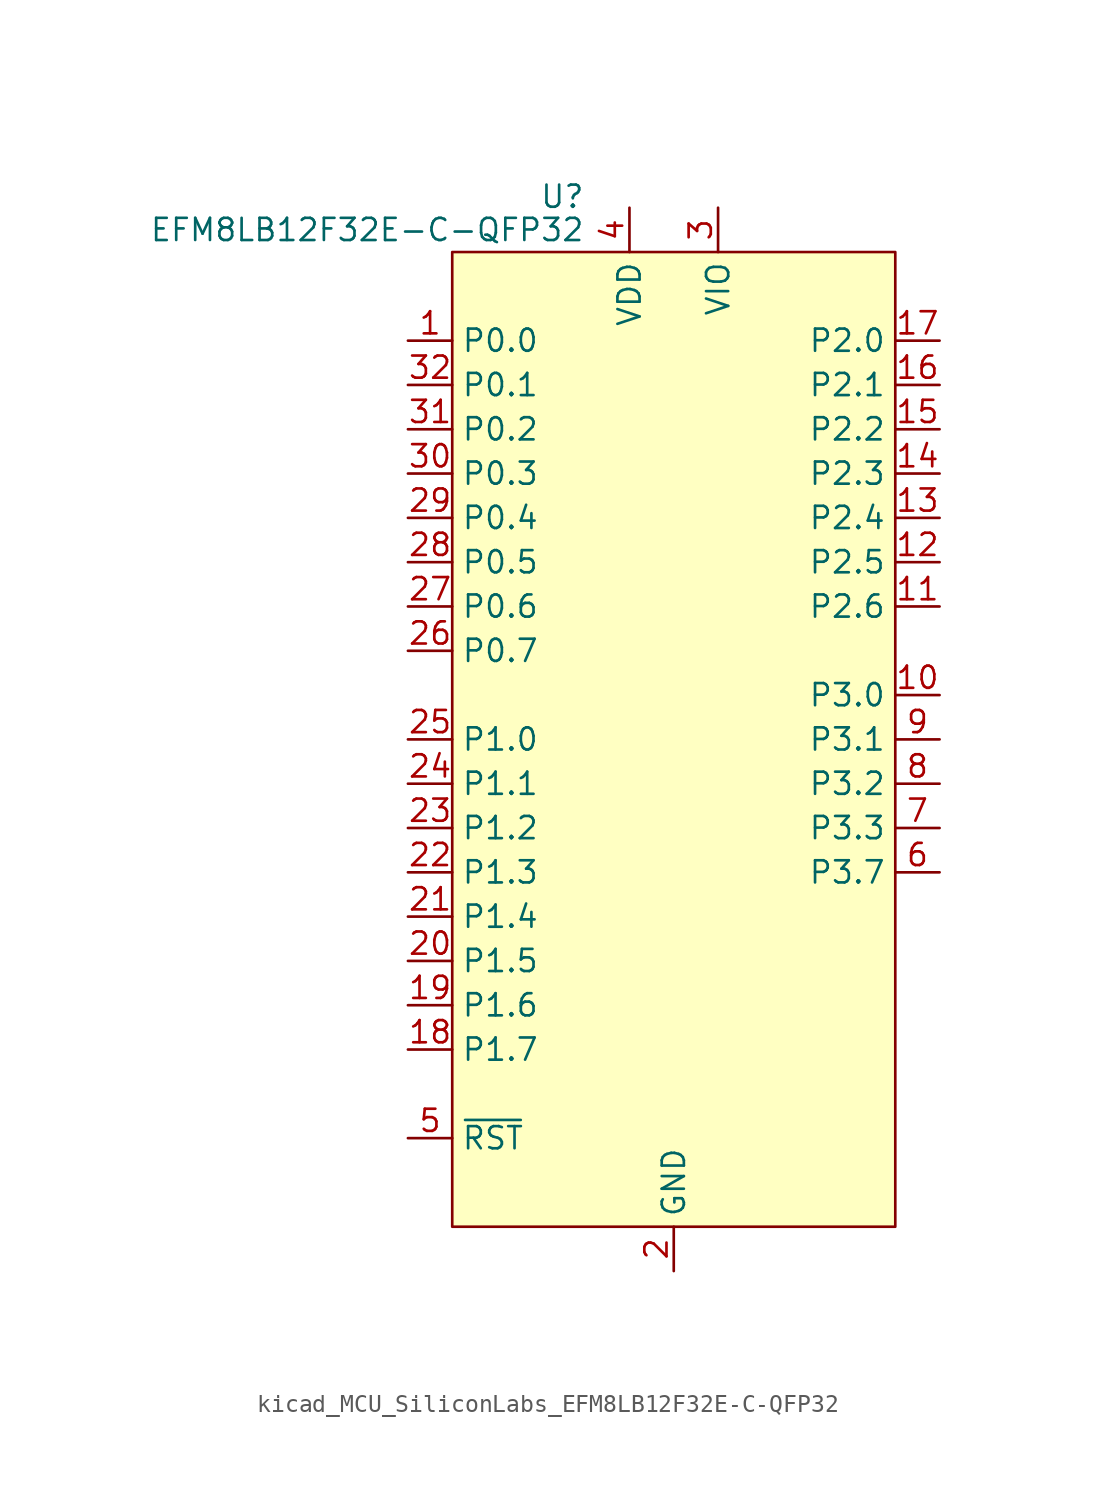
<source format=kicad_sym>
(kicad_symbol_lib
  (version 20220914)
  (generator kicad_symbol_editor)
  (symbol "kicad_MCU_SiliconLabs_EFM8LB12F32E-C-QFP32"
    (property "Reference" "U"
      (at -5.08 31.115 0)
      (effects (font (size 1.27 1.27)) (justify right)))
    (property "Value" "EFM8LB12F32E-C-QFP32"
      (at -5.08 29.21 0)
      (effects (font (size 1.27 1.27)) (justify right)))
    (symbol "kicad_MCU_SiliconLabs_EFM8LB12F32E-C-QFP32_0_0"
      (pin bidirectional line (at -15.24 22.86 0) (length 2.54) (name "P0.0" (effects (font (size 1.27 1.27)))) (number "1" (effects (font (size 1.27 1.27)))))
      (pin bidirectional line (at 15.24 2.54 180) (length 2.54) (name "P3.0" (effects (font (size 1.27 1.27)))) (number "10" (effects (font (size 1.27 1.27)))))
      (pin bidirectional line (at 15.24 7.62 180) (length 2.54) (name "P2.6" (effects (font (size 1.27 1.27)))) (number "11" (effects (font (size 1.27 1.27)))))
      (pin bidirectional line (at 15.24 10.16 180) (length 2.54) (name "P2.5" (effects (font (size 1.27 1.27)))) (number "12" (effects (font (size 1.27 1.27)))))
      (pin bidirectional line (at 15.24 12.7 180) (length 2.54) (name "P2.4" (effects (font (size 1.27 1.27)))) (number "13" (effects (font (size 1.27 1.27)))))
      (pin bidirectional line (at 15.24 15.24 180) (length 2.54) (name "P2.3" (effects (font (size 1.27 1.27)))) (number "14" (effects (font (size 1.27 1.27)))))
      (pin bidirectional line (at 15.24 17.78 180) (length 2.54) (name "P2.2" (effects (font (size 1.27 1.27)))) (number "15" (effects (font (size 1.27 1.27)))))
      (pin bidirectional line (at 15.24 20.32 180) (length 2.54) (name "P2.1" (effects (font (size 1.27 1.27)))) (number "16" (effects (font (size 1.27 1.27)))))
      (pin bidirectional line (at 15.24 22.86 180) (length 2.54) (name "P2.0" (effects (font (size 1.27 1.27)))) (number "17" (effects (font (size 1.27 1.27)))))
      (pin bidirectional line (at -15.24 -17.78 0) (length 2.54) (name "P1.7" (effects (font (size 1.27 1.27)))) (number "18" (effects (font (size 1.27 1.27)))))
      (pin bidirectional line (at -15.24 -15.24 0) (length 2.54) (name "P1.6" (effects (font (size 1.27 1.27)))) (number "19" (effects (font (size 1.27 1.27)))))
      (pin power_in line (at 0 -30.48 90) (length 2.54) (name "GND" (effects (font (size 1.27 1.27)))) (number "2" (effects (font (size 1.27 1.27)))))
      (pin bidirectional line (at -15.24 -12.7 0) (length 2.54) (name "P1.5" (effects (font (size 1.27 1.27)))) (number "20" (effects (font (size 1.27 1.27)))))
      (pin bidirectional line (at -15.24 -10.16 0) (length 2.54) (name "P1.4" (effects (font (size 1.27 1.27)))) (number "21" (effects (font (size 1.27 1.27)))))
      (pin bidirectional line (at -15.24 -7.62 0) (length 2.54) (name "P1.3" (effects (font (size 1.27 1.27)))) (number "22" (effects (font (size 1.27 1.27)))))
      (pin bidirectional line (at -15.24 -5.08 0) (length 2.54) (name "P1.2" (effects (font (size 1.27 1.27)))) (number "23" (effects (font (size 1.27 1.27)))))
      (pin bidirectional line (at -15.24 -2.54 0) (length 2.54) (name "P1.1" (effects (font (size 1.27 1.27)))) (number "24" (effects (font (size 1.27 1.27)))))
      (pin bidirectional line (at -15.24 0 0) (length 2.54) (name "P1.0" (effects (font (size 1.27 1.27)))) (number "25" (effects (font (size 1.27 1.27)))))
      (pin bidirectional line (at -15.24 5.08 0) (length 2.54) (name "P0.7" (effects (font (size 1.27 1.27)))) (number "26" (effects (font (size 1.27 1.27)))))
      (pin bidirectional line (at -15.24 7.62 0) (length 2.54) (name "P0.6" (effects (font (size 1.27 1.27)))) (number "27" (effects (font (size 1.27 1.27)))))
      (pin bidirectional line (at -15.24 10.16 0) (length 2.54) (name "P0.5" (effects (font (size 1.27 1.27)))) (number "28" (effects (font (size 1.27 1.27)))))
      (pin bidirectional line (at -15.24 12.7 0) (length 2.54) (name "P0.4" (effects (font (size 1.27 1.27)))) (number "29" (effects (font (size 1.27 1.27)))))
      (pin power_in line (at 2.54 30.48 270) (length 2.54) (name "VIO" (effects (font (size 1.27 1.27)))) (number "3" (effects (font (size 1.27 1.27)))))
      (pin bidirectional line (at -15.24 15.24 0) (length 2.54) (name "P0.3" (effects (font (size 1.27 1.27)))) (number "30" (effects (font (size 1.27 1.27)))))
      (pin bidirectional line (at -15.24 17.78 0) (length 2.54) (name "P0.2" (effects (font (size 1.27 1.27)))) (number "31" (effects (font (size 1.27 1.27)))))
      (pin bidirectional line (at -15.24 20.32 0) (length 2.54) (name "P0.1" (effects (font (size 1.27 1.27)))) (number "32" (effects (font (size 1.27 1.27)))))
      (pin power_in line (at -2.54 30.48 270) (length 2.54) (name "VDD" (effects (font (size 1.27 1.27)))) (number "4" (effects (font (size 1.27 1.27)))))
      (pin input line (at -15.24 -22.86 0) (length 2.54) (name "~{RST}" (effects (font (size 1.27 1.27)))) (number "5" (effects (font (size 1.27 1.27)))) (alternate "C2CK" input line))
      (pin bidirectional line (at 15.24 -7.62 180) (length 2.54) (name "P3.7" (effects (font (size 1.27 1.27)))) (number "6" (effects (font (size 1.27 1.27)))) (alternate "C2D" bidirectional line))
      (pin bidirectional line (at 15.24 -5.08 180) (length 2.54) (name "P3.3" (effects (font (size 1.27 1.27)))) (number "7" (effects (font (size 1.27 1.27)))))
      (pin bidirectional line (at 15.24 -2.54 180) (length 2.54) (name "P3.2" (effects (font (size 1.27 1.27)))) (number "8" (effects (font (size 1.27 1.27)))))
      (pin bidirectional line (at 15.24 0 180) (length 2.54) (name "P3.1" (effects (font (size 1.27 1.27)))) (number "9" (effects (font (size 1.27 1.27))))))
    (symbol "kicad_MCU_SiliconLabs_EFM8LB12F32E-C-QFP32_0_1"
      (rectangle (start -12.7 27.94) (end 12.7 -27.94) (stroke (width 0.152) (type default)) (fill (type background))))))
</source>
